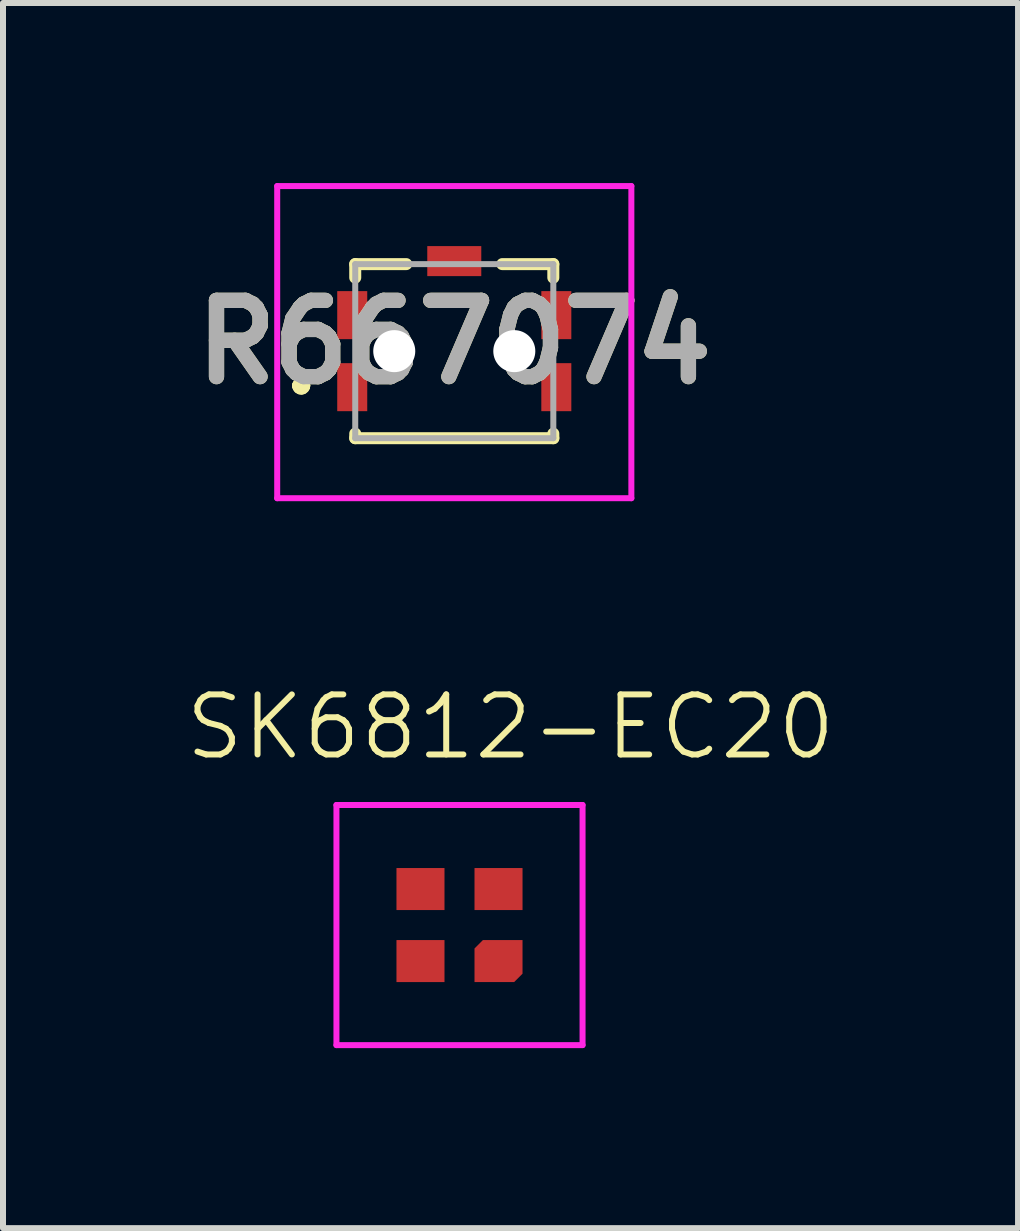
<source format=kicad_pcb>
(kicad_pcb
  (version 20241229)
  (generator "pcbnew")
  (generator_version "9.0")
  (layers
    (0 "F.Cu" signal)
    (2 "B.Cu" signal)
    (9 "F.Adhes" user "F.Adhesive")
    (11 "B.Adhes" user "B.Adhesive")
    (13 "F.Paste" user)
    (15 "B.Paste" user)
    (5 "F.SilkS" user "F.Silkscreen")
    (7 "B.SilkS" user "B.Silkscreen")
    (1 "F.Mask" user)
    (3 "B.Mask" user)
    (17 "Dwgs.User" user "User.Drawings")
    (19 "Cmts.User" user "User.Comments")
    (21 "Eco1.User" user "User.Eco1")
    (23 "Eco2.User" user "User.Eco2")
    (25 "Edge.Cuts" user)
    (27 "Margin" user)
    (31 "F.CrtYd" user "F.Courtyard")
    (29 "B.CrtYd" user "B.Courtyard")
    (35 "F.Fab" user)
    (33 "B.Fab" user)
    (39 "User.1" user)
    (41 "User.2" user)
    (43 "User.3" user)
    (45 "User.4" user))
  (footprint "SK6812-EC20"
    (layer "F.Cu")
    (at 4.605 12.361)
    (property "Reference" "SK6812-EC20" (at 0.85 -3.3 0) (unlocked yes) (layer "F.SilkS") (effects (font (size 1 1) (thickness 0.1))))
    (attr smd)
    (fp_line (start -2.05 -2) (end 2.05 -2) (stroke (width 0.1) (type solid)) (layer "F.CrtYd"))
    (fp_line (start -2.05 2) (end -2.05 -2) (stroke (width 0.1) (type solid)) (layer "F.CrtYd"))
    (fp_line (start 2.05 -2) (end 2.05 2) (stroke (width 0.1) (type solid)) (layer "F.CrtYd"))
    (fp_line (start 2.05 2) (end -2.05 2) (stroke (width 0.1) (type solid)) (layer "F.CrtYd"))
    (pad "1" smd roundrect (at 0.65 0.6 90) (size 0.7 0.8) (layers "F.Cu" "F.Mask" "F.Paste") (roundrect_rratio 0) (chamfer_ratio 0.2) (chamfer top_right bottom_left))
    (pad "2" smd rect (at 0.65 -0.6 90) (size 0.7 0.8) (layers "F.Cu" "F.Mask" "F.Paste"))
    (pad "3" smd rect (at -0.65 -0.6 90) (size 0.7 0.8) (layers "F.Cu" "F.Mask" "F.Paste"))
    (pad "4" smd rect (at -0.65 0.6 90) (size 0.7 0.8) (layers "F.Cu" "F.Mask" "F.Paste")))
  (footprint "R667074"
    (layer "F.Cu")
    (at 4.518 2.775)
    (property "Reference" "R667074" (at 0 -0.125 0) (layer "F.SilkS") (effects (font (size 1.27 1.27) (thickness 0.254))))
    (attr through_hole)
    (fp_line (start -2.6 0.6) (end -2.6 0.6) (stroke (width 0.2) (type solid)) (layer "F.SilkS"))
    (fp_line (start -2.6 0.6) (end -2.6 0.6) (stroke (width 0.2) (type solid)) (layer "F.SilkS"))
    (fp_line (start -2.5 0.6) (end -2.5 0.6) (stroke (width 0.2) (type solid)) (layer "F.SilkS"))
    (fp_line (start -1.65 -1.425) (end -0.8 -1.425) (stroke (width 0.2) (type solid)) (layer "F.SilkS"))
    (fp_line (start -1.65 -1.2) (end -1.65 -1.425) (stroke (width 0.2) (type solid)) (layer "F.SilkS"))
    (fp_line (start -1.65 1.475) (end -1.65 1.4) (stroke (width 0.2) (type solid)) (layer "F.SilkS"))
    (fp_line (start 0.8 -1.425) (end 1.65 -1.425) (stroke (width 0.2) (type solid)) (layer "F.SilkS"))
    (fp_line (start 1.65 -1.425) (end 1.65 -1.2) (stroke (width 0.2) (type solid)) (layer "F.SilkS"))
    (fp_line (start 1.65 1.4) (end 1.65 1.475) (stroke (width 0.2) (type solid)) (layer "F.SilkS"))
    (fp_line (start 1.65 1.475) (end -1.65 1.475) (stroke (width 0.2) (type solid)) (layer "F.SilkS"))
    (fp_arc (start -2.6 0.6) (mid -2.55 0.55) (end -2.5 0.6) (stroke (width 0.2) (type solid)) (layer "F.SilkS"))
    (fp_arc (start -2.5 0.6) (mid -2.55 0.65) (end -2.6 0.6) (stroke (width 0.2) (type solid)) (layer "F.SilkS"))
    (fp_arc (start -2.5 0.6) (mid -2.55 0.65) (end -2.6 0.6) (stroke (width 0.2) (type solid)) (layer "F.SilkS"))
    (fp_line (start -2.95 -2.725) (end 2.95 -2.725) (stroke (width 0.1) (type solid)) (layer "F.CrtYd"))
    (fp_line (start -2.95 2.475) (end -2.95 -2.725) (stroke (width 0.1) (type solid)) (layer "F.CrtYd"))
    (fp_line (start 2.95 -2.725) (end 2.95 2.475) (stroke (width 0.1) (type solid)) (layer "F.CrtYd"))
    (fp_line (start 2.95 2.475) (end -2.95 2.475) (stroke (width 0.1) (type solid)) (layer "F.CrtYd"))
    (fp_line (start -1.65 -1.425) (end -1.65 1.475) (stroke (width 0.1) (type solid)) (layer "F.Fab"))
    (fp_line (start -1.65 1.475) (end 1.65 1.475) (stroke (width 0.1) (type solid)) (layer "F.Fab"))
    (fp_line (start 1.65 -1.425) (end -1.65 -1.425) (stroke (width 0.1) (type solid)) (layer "F.Fab"))
    (fp_line (start 1.65 1.475) (end 1.65 -1.425) (stroke (width 0.1) (type solid)) (layer "F.Fab"))
    (fp_text user "${REFERENCE}" (at 0 -0.125 0) (layer "F.Fab") (effects (font (size 1.27 1.27) (thickness 0.254))))
    (pad "" np_thru_hole circle (at -1 0.025) (size 0.7 0.7) (drill 0.7) (layers "*.Cu" "*.Mask"))
    (pad "" np_thru_hole circle (at 1 0.025) (size 0.7 0.7) (drill 0.7) (layers "*.Cu" "*.Mask"))
    (pad "A1" smd rect (at -1.7 0.625) (size 0.5 0.8) (layers "F.Cu" "F.Mask" "F.Paste"))
    (pad "B1" smd rect (at 1.7 0.625) (size 0.5 0.8) (layers "F.Cu" "F.Mask" "F.Paste"))
    (pad "B2" smd rect (at 1.7 -0.575) (size 0.5 0.8) (layers "F.Cu" "F.Mask" "F.Paste"))
    (pad "B3" smd rect (at 0 -1.475 90) (size 0.5 0.9) (layers "F.Cu" "F.Mask" "F.Paste"))
    (pad "G1" smd rect (at -1.7 -0.575) (size 0.5 0.8) (layers "F.Cu" "F.Mask" "F.Paste")))
  (gr_rect
    (start -3 -3)
    (end 13.91 17.41)
    (stroke (width 0.1) (type default))
    (fill no)
    (layer "Edge.Cuts")))
</source>
